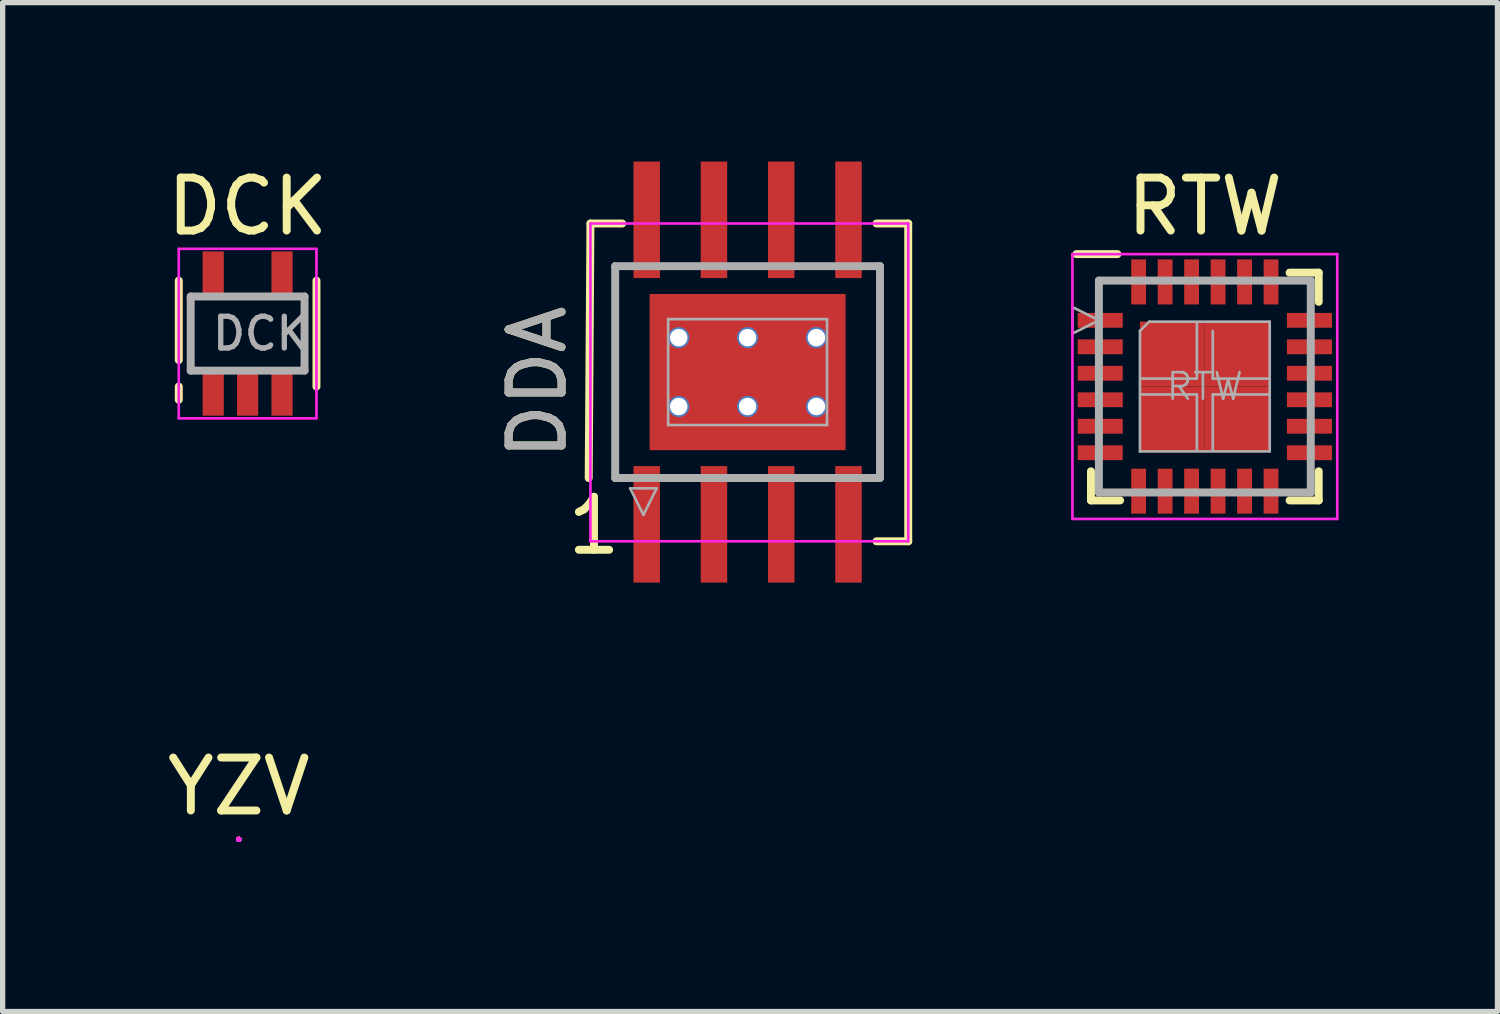
<source format=kicad_pcb>
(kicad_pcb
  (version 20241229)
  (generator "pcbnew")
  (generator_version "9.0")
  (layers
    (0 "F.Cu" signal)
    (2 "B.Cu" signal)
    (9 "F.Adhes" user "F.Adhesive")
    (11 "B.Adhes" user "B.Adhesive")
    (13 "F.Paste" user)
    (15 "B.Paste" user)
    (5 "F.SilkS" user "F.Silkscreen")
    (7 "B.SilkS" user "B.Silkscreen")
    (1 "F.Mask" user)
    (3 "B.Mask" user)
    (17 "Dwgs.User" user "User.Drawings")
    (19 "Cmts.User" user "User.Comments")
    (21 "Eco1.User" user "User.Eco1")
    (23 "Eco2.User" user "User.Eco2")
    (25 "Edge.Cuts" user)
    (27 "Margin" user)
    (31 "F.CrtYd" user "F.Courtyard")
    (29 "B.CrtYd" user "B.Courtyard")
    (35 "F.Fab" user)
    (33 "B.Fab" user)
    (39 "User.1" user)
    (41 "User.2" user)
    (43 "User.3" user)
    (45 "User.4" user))
  (footprint "RTW"
    (layer "F.Cu")
    (at 19.698 4.248)
    (property "Reference" "RTW" (at 0 -3.4 0) (layer "F.SilkS") (effects (font (size 1 1) (thickness 0.15))))
    (attr smd)
    (fp_line (start -2.425 -2.5) (end -1.65 -2.5) (stroke (width 0.15) (type solid)) (layer "F.SilkS"))
    (fp_line (start -2.15 2.15) (end -2.15 1.6) (stroke (width 0.15) (type solid)) (layer "F.SilkS"))
    (fp_line (start -2.15 2.15) (end -1.6 2.15) (stroke (width 0.15) (type solid)) (layer "F.SilkS"))
    (fp_line (start 2.15 -2.15) (end 1.6 -2.15) (stroke (width 0.15) (type solid)) (layer "F.SilkS"))
    (fp_line (start 2.15 -2.15) (end 2.15 -1.6) (stroke (width 0.15) (type solid)) (layer "F.SilkS"))
    (fp_line (start 2.15 2.15) (end 1.6 2.15) (stroke (width 0.15) (type solid)) (layer "F.SilkS"))
    (fp_line (start 2.15 2.15) (end 2.15 1.6) (stroke (width 0.15) (type solid)) (layer "F.SilkS"))
    (fp_line (start -2.4 -2.4) (end 2.4 -2.4) (stroke (width 0.05) (type solid)) (layer "Eco1.User"))
    (fp_line (start -1.55 -1.55) (end 1.55 -1.55) (stroke (width 0.05) (type solid)) (layer "Eco1.User"))
    (fp_line (start -1.55 1.55) (end -1.55 -1.55) (stroke (width 0.05) (type solid)) (layer "Eco1.User"))
    (fp_line (start 1.55 -1.55) (end 1.55 1.55) (stroke (width 0.05) (type solid)) (layer "Eco1.User"))
    (fp_line (start 1.55 1.55) (end -1.55 1.55) (stroke (width 0.05) (type solid)) (layer "Eco1.User"))
    (fp_line (start -2.5 -2.5) (end -2.5 2.5) (stroke (width 0.05) (type solid)) (layer "F.CrtYd"))
    (fp_line (start -2.5 -2.5) (end 2.5 -2.5) (stroke (width 0.05) (type solid)) (layer "F.CrtYd"))
    (fp_line (start -2.5 2.5) (end 2.5 2.5) (stroke (width 0.05) (type solid)) (layer "F.CrtYd"))
    (fp_line (start 2.5 -2.5) (end 2.5 2.5) (stroke (width 0.05) (type solid)) (layer "F.CrtYd"))
    (fp_line (start -2.5 -1.5) (end -2.5 -1) (stroke (width 0.05) (type solid)) (layer "F.Fab"))
    (fp_line (start -2.5 -1) (end -2 -1.25) (stroke (width 0.05) (type solid)) (layer "F.Fab"))
    (fp_line (start -2 -2) (end 2 -2) (stroke (width 0.15) (type solid)) (layer "F.Fab"))
    (fp_line (start -2 -1.25) (end -2.5 -1.5) (stroke (width 0.05) (type solid)) (layer "F.Fab"))
    (fp_line (start -2 2) (end -2 -2) (stroke (width 0.15) (type solid)) (layer "F.Fab"))
    (fp_line (start -1.225 -1.05) (end -1.05 -1.225) (stroke (width 0.05) (type solid)) (layer "F.Fab"))
    (fp_line (start -1.225 1.225) (end -1.225 -1.05) (stroke (width 0.05) (type solid)) (layer "F.Fab"))
    (fp_line (start -1.2 -0.15) (end -0.15 -0.15) (stroke (width 0.05) (type solid)) (layer "F.Fab"))
    (fp_line (start -1.05 -1.225) (end 1.225 -1.225) (stroke (width 0.05) (type solid)) (layer "F.Fab"))
    (fp_line (start -0.15 -1.2) (end -0.15 -0.15) (stroke (width 0.05) (type solid)) (layer "F.Fab"))
    (fp_line (start -0.15 0.15) (end -1.2 0.15) (stroke (width 0.05) (type solid)) (layer "F.Fab"))
    (fp_line (start -0.15 0.15) (end -0.15 1.2) (stroke (width 0.05) (type solid)) (layer "F.Fab"))
    (fp_line (start 0.15 -0.15) (end 0.15 -1.05) (stroke (width 0.05) (type solid)) (layer "F.Fab"))
    (fp_line (start 0.15 -0.15) (end 1.2 -0.15) (stroke (width 0.05) (type solid)) (layer "F.Fab"))
    (fp_line (start 0.15 0.15) (end 0.15 1.2) (stroke (width 0.05) (type solid)) (layer "F.Fab"))
    (fp_line (start 0.15 0.15) (end 1.2 0.15) (stroke (width 0.05) (type solid)) (layer "F.Fab"))
    (fp_line (start 1.225 -1.225) (end 1.225 1.225) (stroke (width 0.05) (type solid)) (layer "F.Fab"))
    (fp_line (start 1.225 1.225) (end -1.225 1.225) (stroke (width 0.05) (type solid)) (layer "F.Fab"))
    (fp_line (start 2 -2) (end 2 2) (stroke (width 0.15) (type solid)) (layer "F.Fab"))
    (fp_line (start 2 2) (end -2 2) (stroke (width 0.15) (type solid)) (layer "F.Fab"))
    (fp_text user "${REFERENCE}" (at 0 0 0) (layer "F.Fab") (effects (font (size 0.5 0.5) (thickness 0.05))))
    (pad "1" smd rect (at -1.975 -1.25) (size 0.85 0.28) (layers "F.Cu" "F.Mask" "F.Paste"))
    (pad "2" smd rect (at -1.975 -0.75) (size 0.85 0.28) (layers "F.Cu" "F.Mask" "F.Paste"))
    (pad "3" smd rect (at -1.975 -0.25) (size 0.85 0.28) (layers "F.Cu" "F.Mask" "F.Paste"))
    (pad "4" smd rect (at -1.975 0.25) (size 0.85 0.28) (layers "F.Cu" "F.Mask" "F.Paste"))
    (pad "5" smd rect (at -1.975 0.75) (size 0.85 0.28) (layers "F.Cu" "F.Mask" "F.Paste"))
    (pad "6" smd rect (at -1.975 1.25) (size 0.85 0.28) (layers "F.Cu" "F.Mask" "F.Paste"))
    (pad "7" smd rect (at -1.25 1.975) (size 0.28 0.85) (layers "F.Cu" "F.Mask" "F.Paste"))
    (pad "8" smd rect (at -0.75 1.975) (size 0.28 0.85) (layers "F.Cu" "F.Mask" "F.Paste"))
    (pad "9" smd rect (at -0.25 1.975) (size 0.28 0.85) (layers "F.Cu" "F.Mask" "F.Paste"))
    (pad "10" smd rect (at 0.25 1.975) (size 0.28 0.85) (layers "F.Cu" "F.Mask" "F.Paste"))
    (pad "11" smd rect (at 0.75 1.975) (size 0.28 0.85) (layers "F.Cu" "F.Mask" "F.Paste"))
    (pad "12" smd rect (at 1.25 1.975) (size 0.28 0.85) (layers "F.Cu" "F.Mask" "F.Paste"))
    (pad "13" smd rect (at 1.975 1.25) (size 0.85 0.28) (layers "F.Cu" "F.Mask" "F.Paste"))
    (pad "14" smd rect (at 1.975 0.75) (size 0.85 0.28) (layers "F.Cu" "F.Mask" "F.Paste"))
    (pad "15" smd rect (at 1.975 0.25) (size 0.85 0.28) (layers "F.Cu" "F.Mask" "F.Paste"))
    (pad "16" smd rect (at 1.975 -0.25) (size 0.85 0.28) (layers "F.Cu" "F.Mask" "F.Paste"))
    (pad "17" smd rect (at 1.975 -0.75) (size 0.85 0.28) (layers "F.Cu" "F.Mask" "F.Paste"))
    (pad "18" smd rect (at 1.975 -1.25) (size 0.85 0.28) (layers "F.Cu" "F.Mask" "F.Paste"))
    (pad "19" smd rect (at 1.25 -1.975) (size 0.28 0.85) (layers "F.Cu" "F.Mask" "F.Paste"))
    (pad "20" smd rect (at 0.75 -1.975) (size 0.28 0.85) (layers "F.Cu" "F.Mask" "F.Paste"))
    (pad "21" smd rect (at 0.25 -1.975) (size 0.28 0.85) (layers "F.Cu" "F.Mask" "F.Paste"))
    (pad "22" smd rect (at -0.25 -1.975) (size 0.28 0.85) (layers "F.Cu" "F.Mask" "F.Paste"))
    (pad "23" smd rect (at -0.75 -1.975) (size 0.28 0.85) (layers "F.Cu" "F.Mask" "F.Paste"))
    (pad "24" smd rect (at -1.25 -1.975) (size 0.28 0.85) (layers "F.Cu" "F.Mask" "F.Paste"))
    (pad "25" smd rect (at -0.613 -0.613) (size 1.225 1.225) (layers "F.Cu" "F.Mask" "F.Paste"))
    (pad "25" smd rect (at -0.613 0.613) (size 1.225 1.225) (layers "F.Cu" "F.Mask" "F.Paste"))
    (pad "25" smd rect (at 0.613 -0.613) (size 1.225 1.225) (layers "F.Cu" "F.Mask" "F.Paste"))
    (pad "25" smd rect (at 0.613 0.613) (size 1.225 1.225) (layers "F.Cu" "F.Mask" "F.Paste")))
  (footprint "YZV"
    (layer "F.Cu")
    (at 1.458 12.798)
    (property "Reference" "YZV" (at 0 -1 0) (layer "F.SilkS") (effects (font (size 1 1) (thickness 0.15))))
    (attr smd)
    (fp_line (start 0 0) (end 0 0) (stroke (width 0.1) (type solid)) (layer "F.SilkS"))
    (fp_line (start 0 0) (end 0 0) (stroke (width 0.1) (type solid)) (layer "F.SilkS"))
    (fp_line (start 0 0) (end 0 0) (stroke (width 0.1) (type solid)) (layer "F.CrtYd"))
    (fp_line (start 0 0) (end 0 0) (stroke (width 0.1) (type solid)) (layer "F.CrtYd"))
    (fp_line (start 0 0) (end 0 0) (stroke (width 0.1) (type solid)) (layer "F.CrtYd"))
    (fp_line (start 0 0) (end 0 0) (stroke (width 0.1) (type solid)) (layer "F.CrtYd"))
    (fp_line (start 0 0) (end 0 0) (stroke (width 0.1) (type solid)) (layer "F.Fab"))
    (fp_line (start 0 0) (end 0 0) (stroke (width 0.1) (type solid)) (layer "F.Fab"))
    (fp_line (start 0 0) (end 0 0) (stroke (width 0.1) (type solid)) (layer "F.Fab"))
    (fp_line (start 0 0) (end 0 0) (stroke (width 0.1) (type solid)) (layer "F.Fab"))
    (pad "A1" smd circle (at 0 0) (size 0.001 0.001) (layers "F.Cu" "F.Mask" "F.Paste"))
    (pad "A2" smd circle (at 0 0) (size 0.001 0.001) (layers "F.Cu" "F.Mask" "F.Paste"))
    (pad "B1" smd circle (at 0 0) (size 0.001 0.001) (layers "F.Cu" "F.Mask" "F.Paste"))
    (pad "B2" smd circle (at 0 0) (size 0.001 0.001) (layers "F.Cu" "F.Mask" "F.Paste")))
  (footprint "DCK"
    (layer "F.Cu")
    (at 1.625 3.248)
    (property "Reference" "DCK" (at 0 -2.4 0) (layer "F.SilkS") (effects (font (size 1 1) (thickness 0.15))))
    (attr smd)
    (fp_line (start -1.3 -1) (end -1.3 0.5) (stroke (width 0.15) (type solid)) (layer "F.SilkS"))
    (fp_line (start -1.3 1) (end -1.3 1.25) (stroke (width 0.15) (type solid)) (layer "F.SilkS"))
    (fp_line (start 1.3 -1) (end 1.3 1) (stroke (width 0.15) (type solid)) (layer "F.SilkS"))
    (fp_line (start -1.3 -1.6) (end -1.3 1.6) (stroke (width 0.05) (type solid)) (layer "F.CrtYd"))
    (fp_line (start -1.3 -1.6) (end 1.3 -1.6) (stroke (width 0.05) (type solid)) (layer "F.CrtYd"))
    (fp_line (start -1.3 1.6) (end 1.3 1.6) (stroke (width 0.05) (type solid)) (layer "F.CrtYd"))
    (fp_line (start 1.3 -1.6) (end 1.3 1.6) (stroke (width 0.05) (type solid)) (layer "F.CrtYd"))
    (fp_line (start -1.075 -0.7) (end -1.075 0.7) (stroke (width 0.15) (type solid)) (layer "F.Fab"))
    (fp_line (start -1.075 0.7) (end 1.075 0.7) (stroke (width 0.15) (type solid)) (layer "F.Fab"))
    (fp_line (start 1.075 -0.7) (end -1.075 -0.7) (stroke (width 0.15) (type solid)) (layer "F.Fab"))
    (fp_line (start 1.075 0.7) (end 1.075 -0.7) (stroke (width 0.15) (type solid)) (layer "F.Fab"))
    (fp_text user "${REFERENCE}" (at 0.25 0 0) (layer "F.Fab") (effects (font (size 0.6 0.6) (thickness 0.1))))
    (pad "1" smd rect (at -0.65 1.1) (size 0.4 0.9) (layers "F.Cu" "F.Mask" "F.Paste"))
    (pad "2" smd rect (at 0 1.1) (size 0.4 0.9) (layers "F.Cu" "F.Mask" "F.Paste"))
    (pad "3" smd rect (at 0.65 1.1) (size 0.4 0.9) (layers "F.Cu" "F.Mask" "F.Paste"))
    (pad "4" smd rect (at 0.65 -1.1) (size 0.4 0.9) (layers "F.Cu" "F.Mask" "F.Paste"))
    (pad "5" smd rect (at -0.65 -1.1) (size 0.4 0.9) (layers "F.Cu" "F.Mask" "F.Paste")))
  (footprint "DDA"
    (layer "F.Cu")
    (at 11.065 3.975)
    (property "Reference" "DDA" (at -3.967 0.195 90) (layer "F.SilkS") (effects (font (size 1 1) (thickness 0.15))))
    (attr smd)
    (fp_circle (center 1.5 1) (end 1.5 1.25) (stroke (width 0.05) (type solid)) (fill no) (layer "F.Mask"))
    (fp_line (start -3 2) (end -2.967 -2.805) (stroke (width 0.15) (type solid)) (layer "F.SilkS"))
    (fp_line (start -2.967 -2.805) (end -2.367 -2.805) (stroke (width 0.15) (type solid)) (layer "F.SilkS"))
    (fp_line (start 2.433 -2.805) (end 3.033 -2.805) (stroke (width 0.15) (type solid)) (layer "F.SilkS"))
    (fp_line (start 3.033 3.195) (end 2.433 3.195) (stroke (width 0.15) (type solid)) (layer "F.SilkS"))
    (fp_line (start 3.033 3.195) (end 3.033 -2.805) (stroke (width 0.15) (type solid)) (layer "F.SilkS"))
    (fp_line (start -2.967 -2.805) (end 3.033 -2.805) (stroke (width 0.05) (type solid)) (layer "F.CrtYd"))
    (fp_line (start -2.967 3.195) (end -2.967 -2.805) (stroke (width 0.05) (type solid)) (layer "F.CrtYd"))
    (fp_line (start -2.967 3.195) (end 3.033 3.195) (stroke (width 0.05) (type solid)) (layer "F.CrtYd"))
    (fp_line (start 3.033 3.195) (end 3.033 -2.805) (stroke (width 0.05) (type solid)) (layer "F.CrtYd"))
    (fp_line (start -2.5 -2) (end -2.5 2) (stroke (width 0.15) (type solid)) (layer "F.Fab"))
    (fp_line (start -2.5 2) (end 2.5 2) (stroke (width 0.15) (type solid)) (layer "F.Fab"))
    (fp_line (start -2.217 2.195) (end -1.717 2.195) (stroke (width 0.05) (type solid)) (layer "F.Fab"))
    (fp_line (start -1.967 2.695) (end -2.217 2.195) (stroke (width 0.05) (type solid)) (layer "F.Fab"))
    (fp_line (start -1.717 2.195) (end -1.967 2.695) (stroke (width 0.05) (type solid)) (layer "F.Fab"))
    (fp_line (start -1.5 -1) (end 1.5 -1) (stroke (width 0.05) (type solid)) (layer "F.Fab"))
    (fp_line (start -1.5 1) (end -1.5 -1) (stroke (width 0.05) (type solid)) (layer "F.Fab"))
    (fp_line (start 1.5 -1) (end 1.5 1) (stroke (width 0.05) (type solid)) (layer "F.Fab"))
    (fp_line (start 1.5 1) (end -1.5 1) (stroke (width 0.05) (type solid)) (layer "F.Fab"))
    (fp_line (start 2.5 -2) (end -2.5 -2) (stroke (width 0.15) (type solid)) (layer "F.Fab"))
    (fp_line (start 2.5 2) (end 2.5 -2) (stroke (width 0.15) (type solid)) (layer "F.Fab"))
    (fp_text user "1" (at -2.9 2.9 0) (layer "F.SilkS") (effects (font (size 1 1) (thickness 0.15))))
    (fp_text user "${REFERENCE}" (at -3.967 0.195 90) (layer "F.Fab") (effects (font (size 1 1) (thickness 0.15))))
    (pad "1" smd rect (at -1.905 2.875) (size 0.5 2.2) (layers "F.Cu" "F.Mask" "F.Paste"))
    (pad "2" smd rect (at -0.635 2.875) (size 0.5 2.2) (layers "F.Cu" "F.Mask" "F.Paste"))
    (pad "3" smd rect (at 0.635 2.875) (size 0.5 2.2) (layers "F.Cu" "F.Mask" "F.Paste"))
    (pad "4" smd rect (at 1.905 2.875) (size 0.5 2.2) (layers "F.Cu" "F.Mask" "F.Paste"))
    (pad "5" smd rect (at 1.905 -2.875) (size 0.5 2.2) (layers "F.Cu" "F.Mask" "F.Paste"))
    (pad "6" smd rect (at 0.635 -2.875) (size 0.5 2.2) (layers "F.Cu" "F.Mask" "F.Paste"))
    (pad "7" smd rect (at -0.635 -2.875) (size 0.5 2.2) (layers "F.Cu" "F.Mask" "F.Paste"))
    (pad "8" smd rect (at -1.905 -2.875) (size 0.5 2.2) (layers "F.Cu" "F.Mask" "F.Paste"))
    (pad "9" thru_hole circle (at -1.3 -0.65) (size 0.4 0.4) (drill 0.33) (layers "*.Cu" "F.Mask"))
    (pad "9" thru_hole circle (at -1.3 0.65) (size 0.4 0.4) (drill 0.33) (layers "*.Cu" "F.Mask"))
    (pad "9" thru_hole circle (at 0 -0.65) (size 0.4 0.4) (drill 0.33) (layers "*.Cu" "F.Mask"))
    (pad "9" smd rect (at 0 0) (size 3.7 2.95) (layers "F.Cu" "F.Mask" "F.Paste"))
    (pad "9" thru_hole circle (at 0 0.65) (size 0.4 0.4) (drill 0.33) (layers "*.Cu" "F.Mask"))
    (pad "9" thru_hole circle (at 1.3 -0.65) (size 0.4 0.4) (drill 0.33) (layers "*.Cu" "F.Mask"))
    (pad "9" thru_hole circle (at 1.3 0.65) (size 0.4 0.4) (drill 0.33) (layers "*.Cu" "F.Mask")))
  (gr_rect
    (start -3 -3)
    (end 25.223 16.048)
    (stroke (width 0.1) (type default))
    (fill no)
    (layer "Edge.Cuts")))
</source>
